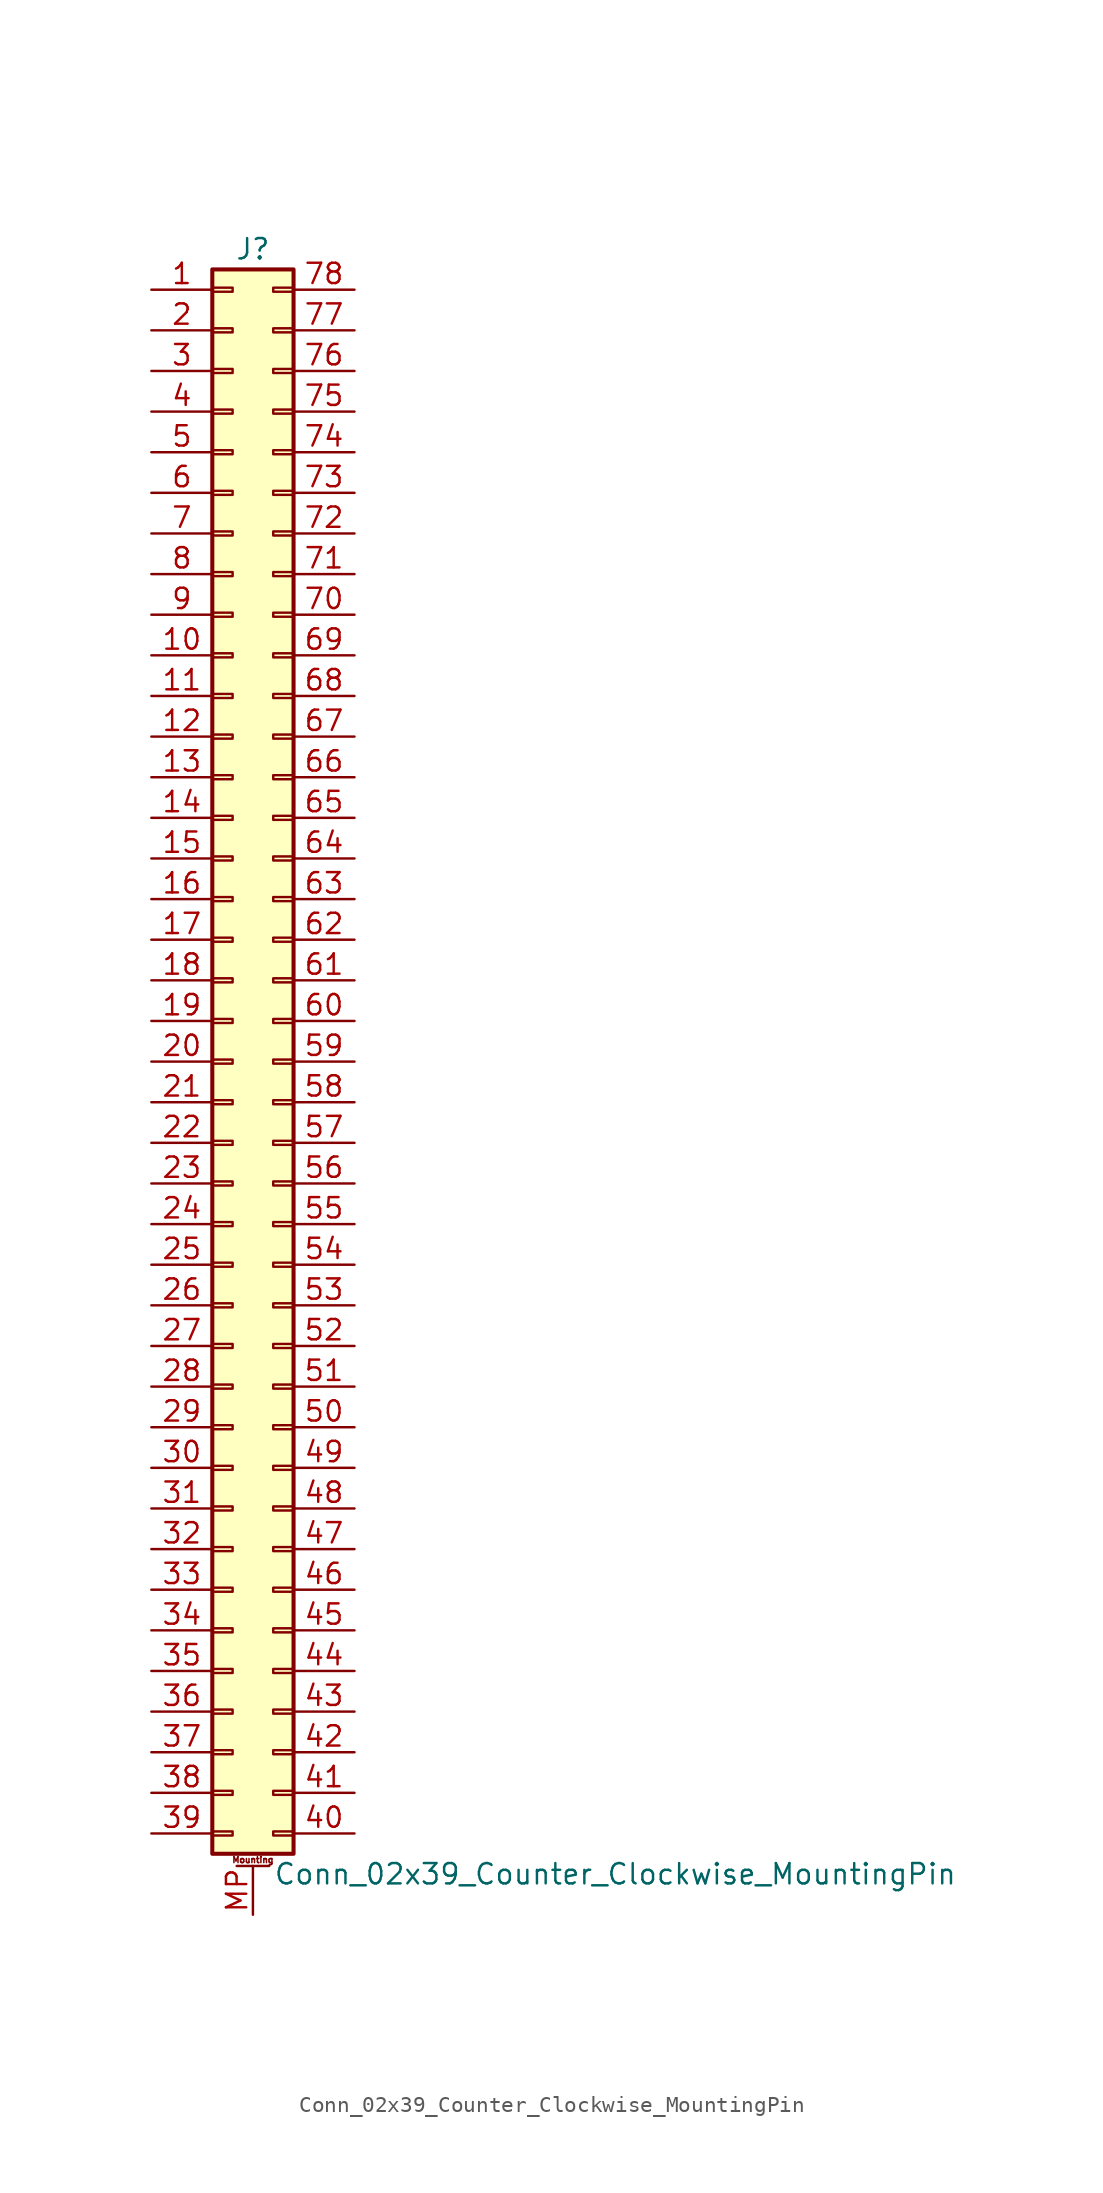
<source format=kicad_sym>
(kicad_symbol_lib
  (version 20220914)
  (generator kicad_symbol_editor)
  (symbol "Conn_02x39_Counter_Clockwise_MountingPin"
    (pin_names
      (offset 1.016) hide)
    (property "Reference" "J"
      (at 1.27 50.8 0)
      (effects (font (size 1.27 1.27))))
    (property "Value" "Conn_02x39_Counter_Clockwise_MountingPin"
      (at 2.54 -50.8 0)
      (effects (font (size 1.27 1.27)) (justify left)))
    (symbol "Conn_02x39_Counter_Clockwise_MountingPin_1_1"
      (rectangle (start -1.27 -48.133) (end 0 -48.387) (stroke (width 0.152) (type default)) (fill (type none)))
      (rectangle (start -1.27 -45.593) (end 0 -45.847) (stroke (width 0.152) (type default)) (fill (type none)))
      (rectangle (start -1.27 -43.053) (end 0 -43.307) (stroke (width 0.152) (type default)) (fill (type none)))
      (rectangle (start -1.27 -40.513) (end 0 -40.767) (stroke (width 0.152) (type default)) (fill (type none)))
      (rectangle (start -1.27 -37.973) (end 0 -38.227) (stroke (width 0.152) (type default)) (fill (type none)))
      (rectangle (start -1.27 -35.433) (end 0 -35.687) (stroke (width 0.152) (type default)) (fill (type none)))
      (rectangle (start -1.27 -32.893) (end 0 -33.147) (stroke (width 0.152) (type default)) (fill (type none)))
      (rectangle (start -1.27 -30.353) (end 0 -30.607) (stroke (width 0.152) (type default)) (fill (type none)))
      (rectangle (start -1.27 -27.813) (end 0 -28.067) (stroke (width 0.152) (type default)) (fill (type none)))
      (rectangle (start -1.27 -25.273) (end 0 -25.527) (stroke (width 0.152) (type default)) (fill (type none)))
      (rectangle (start -1.27 -22.733) (end 0 -22.987) (stroke (width 0.152) (type default)) (fill (type none)))
      (rectangle (start -1.27 -20.193) (end 0 -20.447) (stroke (width 0.152) (type default)) (fill (type none)))
      (rectangle (start -1.27 -17.653) (end 0 -17.907) (stroke (width 0.152) (type default)) (fill (type none)))
      (rectangle (start -1.27 -15.113) (end 0 -15.367) (stroke (width 0.152) (type default)) (fill (type none)))
      (rectangle (start -1.27 -12.573) (end 0 -12.827) (stroke (width 0.152) (type default)) (fill (type none)))
      (rectangle (start -1.27 -10.033) (end 0 -10.287) (stroke (width 0.152) (type default)) (fill (type none)))
      (rectangle (start -1.27 -7.493) (end 0 -7.747) (stroke (width 0.152) (type default)) (fill (type none)))
      (rectangle (start -1.27 -4.953) (end 0 -5.207) (stroke (width 0.152) (type default)) (fill (type none)))
      (rectangle (start -1.27 -2.413) (end 0 -2.667) (stroke (width 0.152) (type default)) (fill (type none)))
      (rectangle (start -1.27 0.127) (end 0 -0.127) (stroke (width 0.152) (type default)) (fill (type none)))
      (rectangle (start -1.27 2.667) (end 0 2.413) (stroke (width 0.152) (type default)) (fill (type none)))
      (rectangle (start -1.27 5.207) (end 0 4.953) (stroke (width 0.152) (type default)) (fill (type none)))
      (rectangle (start -1.27 7.747) (end 0 7.493) (stroke (width 0.152) (type default)) (fill (type none)))
      (rectangle (start -1.27 10.287) (end 0 10.033) (stroke (width 0.152) (type default)) (fill (type none)))
      (rectangle (start -1.27 12.827) (end 0 12.573) (stroke (width 0.152) (type default)) (fill (type none)))
      (rectangle (start -1.27 15.367) (end 0 15.113) (stroke (width 0.152) (type default)) (fill (type none)))
      (rectangle (start -1.27 17.907) (end 0 17.653) (stroke (width 0.152) (type default)) (fill (type none)))
      (rectangle (start -1.27 20.447) (end 0 20.193) (stroke (width 0.152) (type default)) (fill (type none)))
      (rectangle (start -1.27 22.987) (end 0 22.733) (stroke (width 0.152) (type default)) (fill (type none)))
      (rectangle (start -1.27 25.527) (end 0 25.273) (stroke (width 0.152) (type default)) (fill (type none)))
      (rectangle (start -1.27 28.067) (end 0 27.813) (stroke (width 0.152) (type default)) (fill (type none)))
      (rectangle (start -1.27 30.607) (end 0 30.353) (stroke (width 0.152) (type default)) (fill (type none)))
      (rectangle (start -1.27 33.147) (end 0 32.893) (stroke (width 0.152) (type default)) (fill (type none)))
      (rectangle (start -1.27 35.687) (end 0 35.433) (stroke (width 0.152) (type default)) (fill (type none)))
      (rectangle (start -1.27 38.227) (end 0 37.973) (stroke (width 0.152) (type default)) (fill (type none)))
      (rectangle (start -1.27 40.767) (end 0 40.513) (stroke (width 0.152) (type default)) (fill (type none)))
      (rectangle (start -1.27 43.307) (end 0 43.053) (stroke (width 0.152) (type default)) (fill (type none)))
      (rectangle (start -1.27 45.847) (end 0 45.593) (stroke (width 0.152) (type default)) (fill (type none)))
      (rectangle (start -1.27 48.387) (end 0 48.133) (stroke (width 0.152) (type default)) (fill (type none)))
      (rectangle (start -1.27 49.53) (end 3.81 -49.53) (stroke (width 0.254) (type default)) (fill (type background)))
      (polyline (pts (xy 0.254 -50.292) (xy 2.286 -50.292)) (stroke (width 0.152) (type default)) (fill (type none)))
      (rectangle (start 3.81 -48.133) (end 2.54 -48.387) (stroke (width 0.152) (type default)) (fill (type none)))
      (rectangle (start 3.81 -45.593) (end 2.54 -45.847) (stroke (width 0.152) (type default)) (fill (type none)))
      (rectangle (start 3.81 -43.053) (end 2.54 -43.307) (stroke (width 0.152) (type default)) (fill (type none)))
      (rectangle (start 3.81 -40.513) (end 2.54 -40.767) (stroke (width 0.152) (type default)) (fill (type none)))
      (rectangle (start 3.81 -37.973) (end 2.54 -38.227) (stroke (width 0.152) (type default)) (fill (type none)))
      (rectangle (start 3.81 -35.433) (end 2.54 -35.687) (stroke (width 0.152) (type default)) (fill (type none)))
      (rectangle (start 3.81 -32.893) (end 2.54 -33.147) (stroke (width 0.152) (type default)) (fill (type none)))
      (rectangle (start 3.81 -30.353) (end 2.54 -30.607) (stroke (width 0.152) (type default)) (fill (type none)))
      (rectangle (start 3.81 -27.813) (end 2.54 -28.067) (stroke (width 0.152) (type default)) (fill (type none)))
      (rectangle (start 3.81 -25.273) (end 2.54 -25.527) (stroke (width 0.152) (type default)) (fill (type none)))
      (rectangle (start 3.81 -22.733) (end 2.54 -22.987) (stroke (width 0.152) (type default)) (fill (type none)))
      (rectangle (start 3.81 -20.193) (end 2.54 -20.447) (stroke (width 0.152) (type default)) (fill (type none)))
      (rectangle (start 3.81 -17.653) (end 2.54 -17.907) (stroke (width 0.152) (type default)) (fill (type none)))
      (rectangle (start 3.81 -15.113) (end 2.54 -15.367) (stroke (width 0.152) (type default)) (fill (type none)))
      (rectangle (start 3.81 -12.573) (end 2.54 -12.827) (stroke (width 0.152) (type default)) (fill (type none)))
      (rectangle (start 3.81 -10.033) (end 2.54 -10.287) (stroke (width 0.152) (type default)) (fill (type none)))
      (rectangle (start 3.81 -7.493) (end 2.54 -7.747) (stroke (width 0.152) (type default)) (fill (type none)))
      (rectangle (start 3.81 -4.953) (end 2.54 -5.207) (stroke (width 0.152) (type default)) (fill (type none)))
      (rectangle (start 3.81 -2.413) (end 2.54 -2.667) (stroke (width 0.152) (type default)) (fill (type none)))
      (rectangle (start 3.81 0.127) (end 2.54 -0.127) (stroke (width 0.152) (type default)) (fill (type none)))
      (rectangle (start 3.81 2.667) (end 2.54 2.413) (stroke (width 0.152) (type default)) (fill (type none)))
      (rectangle (start 3.81 5.207) (end 2.54 4.953) (stroke (width 0.152) (type default)) (fill (type none)))
      (rectangle (start 3.81 7.747) (end 2.54 7.493) (stroke (width 0.152) (type default)) (fill (type none)))
      (rectangle (start 3.81 10.287) (end 2.54 10.033) (stroke (width 0.152) (type default)) (fill (type none)))
      (rectangle (start 3.81 12.827) (end 2.54 12.573) (stroke (width 0.152) (type default)) (fill (type none)))
      (rectangle (start 3.81 15.367) (end 2.54 15.113) (stroke (width 0.152) (type default)) (fill (type none)))
      (rectangle (start 3.81 17.907) (end 2.54 17.653) (stroke (width 0.152) (type default)) (fill (type none)))
      (rectangle (start 3.81 20.447) (end 2.54 20.193) (stroke (width 0.152) (type default)) (fill (type none)))
      (rectangle (start 3.81 22.987) (end 2.54 22.733) (stroke (width 0.152) (type default)) (fill (type none)))
      (rectangle (start 3.81 25.527) (end 2.54 25.273) (stroke (width 0.152) (type default)) (fill (type none)))
      (rectangle (start 3.81 28.067) (end 2.54 27.813) (stroke (width 0.152) (type default)) (fill (type none)))
      (rectangle (start 3.81 30.607) (end 2.54 30.353) (stroke (width 0.152) (type default)) (fill (type none)))
      (rectangle (start 3.81 33.147) (end 2.54 32.893) (stroke (width 0.152) (type default)) (fill (type none)))
      (rectangle (start 3.81 35.687) (end 2.54 35.433) (stroke (width 0.152) (type default)) (fill (type none)))
      (rectangle (start 3.81 38.227) (end 2.54 37.973) (stroke (width 0.152) (type default)) (fill (type none)))
      (rectangle (start 3.81 40.767) (end 2.54 40.513) (stroke (width 0.152) (type default)) (fill (type none)))
      (rectangle (start 3.81 43.307) (end 2.54 43.053) (stroke (width 0.152) (type default)) (fill (type none)))
      (rectangle (start 3.81 45.847) (end 2.54 45.593) (stroke (width 0.152) (type default)) (fill (type none)))
      (rectangle (start 3.81 48.387) (end 2.54 48.133) (stroke (width 0.152) (type default)) (fill (type none)))
      (text "Mounting" (at 1.27 -49.911 0) (effects (font (size 0.381 0.381))))
      (pin passive line (at -5.08 48.26 0) (length 3.81) (name "Pin_1" (effects (font (size 1.27 1.27)))) (number "1" (effects (font (size 1.27 1.27)))))
      (pin passive line (at -5.08 25.4 0) (length 3.81) (name "Pin_10" (effects (font (size 1.27 1.27)))) (number "10" (effects (font (size 1.27 1.27)))))
      (pin passive line (at -5.08 22.86 0) (length 3.81) (name "Pin_11" (effects (font (size 1.27 1.27)))) (number "11" (effects (font (size 1.27 1.27)))))
      (pin passive line (at -5.08 20.32 0) (length 3.81) (name "Pin_12" (effects (font (size 1.27 1.27)))) (number "12" (effects (font (size 1.27 1.27)))))
      (pin passive line (at -5.08 17.78 0) (length 3.81) (name "Pin_13" (effects (font (size 1.27 1.27)))) (number "13" (effects (font (size 1.27 1.27)))))
      (pin passive line (at -5.08 15.24 0) (length 3.81) (name "Pin_14" (effects (font (size 1.27 1.27)))) (number "14" (effects (font (size 1.27 1.27)))))
      (pin passive line (at -5.08 12.7 0) (length 3.81) (name "Pin_15" (effects (font (size 1.27 1.27)))) (number "15" (effects (font (size 1.27 1.27)))))
      (pin passive line (at -5.08 10.16 0) (length 3.81) (name "Pin_16" (effects (font (size 1.27 1.27)))) (number "16" (effects (font (size 1.27 1.27)))))
      (pin passive line (at -5.08 7.62 0) (length 3.81) (name "Pin_17" (effects (font (size 1.27 1.27)))) (number "17" (effects (font (size 1.27 1.27)))))
      (pin passive line (at -5.08 5.08 0) (length 3.81) (name "Pin_18" (effects (font (size 1.27 1.27)))) (number "18" (effects (font (size 1.27 1.27)))))
      (pin passive line (at -5.08 2.54 0) (length 3.81) (name "Pin_19" (effects (font (size 1.27 1.27)))) (number "19" (effects (font (size 1.27 1.27)))))
      (pin passive line (at -5.08 45.72 0) (length 3.81) (name "Pin_2" (effects (font (size 1.27 1.27)))) (number "2" (effects (font (size 1.27 1.27)))))
      (pin passive line (at -5.08 0 0) (length 3.81) (name "Pin_20" (effects (font (size 1.27 1.27)))) (number "20" (effects (font (size 1.27 1.27)))))
      (pin passive line (at -5.08 -2.54 0) (length 3.81) (name "Pin_21" (effects (font (size 1.27 1.27)))) (number "21" (effects (font (size 1.27 1.27)))))
      (pin passive line (at -5.08 -5.08 0) (length 3.81) (name "Pin_22" (effects (font (size 1.27 1.27)))) (number "22" (effects (font (size 1.27 1.27)))))
      (pin passive line (at -5.08 -7.62 0) (length 3.81) (name "Pin_23" (effects (font (size 1.27 1.27)))) (number "23" (effects (font (size 1.27 1.27)))))
      (pin passive line (at -5.08 -10.16 0) (length 3.81) (name "Pin_24" (effects (font (size 1.27 1.27)))) (number "24" (effects (font (size 1.27 1.27)))))
      (pin passive line (at -5.08 -12.7 0) (length 3.81) (name "Pin_25" (effects (font (size 1.27 1.27)))) (number "25" (effects (font (size 1.27 1.27)))))
      (pin passive line (at -5.08 -15.24 0) (length 3.81) (name "Pin_26" (effects (font (size 1.27 1.27)))) (number "26" (effects (font (size 1.27 1.27)))))
      (pin passive line (at -5.08 -17.78 0) (length 3.81) (name "Pin_27" (effects (font (size 1.27 1.27)))) (number "27" (effects (font (size 1.27 1.27)))))
      (pin passive line (at -5.08 -20.32 0) (length 3.81) (name "Pin_28" (effects (font (size 1.27 1.27)))) (number "28" (effects (font (size 1.27 1.27)))))
      (pin passive line (at -5.08 -22.86 0) (length 3.81) (name "Pin_29" (effects (font (size 1.27 1.27)))) (number "29" (effects (font (size 1.27 1.27)))))
      (pin passive line (at -5.08 43.18 0) (length 3.81) (name "Pin_3" (effects (font (size 1.27 1.27)))) (number "3" (effects (font (size 1.27 1.27)))))
      (pin passive line (at -5.08 -25.4 0) (length 3.81) (name "Pin_30" (effects (font (size 1.27 1.27)))) (number "30" (effects (font (size 1.27 1.27)))))
      (pin passive line (at -5.08 -27.94 0) (length 3.81) (name "Pin_31" (effects (font (size 1.27 1.27)))) (number "31" (effects (font (size 1.27 1.27)))))
      (pin passive line (at -5.08 -30.48 0) (length 3.81) (name "Pin_32" (effects (font (size 1.27 1.27)))) (number "32" (effects (font (size 1.27 1.27)))))
      (pin passive line (at -5.08 -33.02 0) (length 3.81) (name "Pin_33" (effects (font (size 1.27 1.27)))) (number "33" (effects (font (size 1.27 1.27)))))
      (pin passive line (at -5.08 -35.56 0) (length 3.81) (name "Pin_34" (effects (font (size 1.27 1.27)))) (number "34" (effects (font (size 1.27 1.27)))))
      (pin passive line (at -5.08 -38.1 0) (length 3.81) (name "Pin_35" (effects (font (size 1.27 1.27)))) (number "35" (effects (font (size 1.27 1.27)))))
      (pin passive line (at -5.08 -40.64 0) (length 3.81) (name "Pin_36" (effects (font (size 1.27 1.27)))) (number "36" (effects (font (size 1.27 1.27)))))
      (pin passive line (at -5.08 -43.18 0) (length 3.81) (name "Pin_37" (effects (font (size 1.27 1.27)))) (number "37" (effects (font (size 1.27 1.27)))))
      (pin passive line (at -5.08 -45.72 0) (length 3.81) (name "Pin_38" (effects (font (size 1.27 1.27)))) (number "38" (effects (font (size 1.27 1.27)))))
      (pin passive line (at -5.08 -48.26 0) (length 3.81) (name "Pin_39" (effects (font (size 1.27 1.27)))) (number "39" (effects (font (size 1.27 1.27)))))
      (pin passive line (at -5.08 40.64 0) (length 3.81) (name "Pin_4" (effects (font (size 1.27 1.27)))) (number "4" (effects (font (size 1.27 1.27)))))
      (pin passive line (at 7.62 -48.26 180) (length 3.81) (name "Pin_40" (effects (font (size 1.27 1.27)))) (number "40" (effects (font (size 1.27 1.27)))))
      (pin passive line (at 7.62 -45.72 180) (length 3.81) (name "Pin_41" (effects (font (size 1.27 1.27)))) (number "41" (effects (font (size 1.27 1.27)))))
      (pin passive line (at 7.62 -43.18 180) (length 3.81) (name "Pin_42" (effects (font (size 1.27 1.27)))) (number "42" (effects (font (size 1.27 1.27)))))
      (pin passive line (at 7.62 -40.64 180) (length 3.81) (name "Pin_43" (effects (font (size 1.27 1.27)))) (number "43" (effects (font (size 1.27 1.27)))))
      (pin passive line (at 7.62 -38.1 180) (length 3.81) (name "Pin_44" (effects (font (size 1.27 1.27)))) (number "44" (effects (font (size 1.27 1.27)))))
      (pin passive line (at 7.62 -35.56 180) (length 3.81) (name "Pin_45" (effects (font (size 1.27 1.27)))) (number "45" (effects (font (size 1.27 1.27)))))
      (pin passive line (at 7.62 -33.02 180) (length 3.81) (name "Pin_46" (effects (font (size 1.27 1.27)))) (number "46" (effects (font (size 1.27 1.27)))))
      (pin passive line (at 7.62 -30.48 180) (length 3.81) (name "Pin_47" (effects (font (size 1.27 1.27)))) (number "47" (effects (font (size 1.27 1.27)))))
      (pin passive line (at 7.62 -27.94 180) (length 3.81) (name "Pin_48" (effects (font (size 1.27 1.27)))) (number "48" (effects (font (size 1.27 1.27)))))
      (pin passive line (at 7.62 -25.4 180) (length 3.81) (name "Pin_49" (effects (font (size 1.27 1.27)))) (number "49" (effects (font (size 1.27 1.27)))))
      (pin passive line (at -5.08 38.1 0) (length 3.81) (name "Pin_5" (effects (font (size 1.27 1.27)))) (number "5" (effects (font (size 1.27 1.27)))))
      (pin passive line (at 7.62 -22.86 180) (length 3.81) (name "Pin_50" (effects (font (size 1.27 1.27)))) (number "50" (effects (font (size 1.27 1.27)))))
      (pin passive line (at 7.62 -20.32 180) (length 3.81) (name "Pin_51" (effects (font (size 1.27 1.27)))) (number "51" (effects (font (size 1.27 1.27)))))
      (pin passive line (at 7.62 -17.78 180) (length 3.81) (name "Pin_52" (effects (font (size 1.27 1.27)))) (number "52" (effects (font (size 1.27 1.27)))))
      (pin passive line (at 7.62 -15.24 180) (length 3.81) (name "Pin_53" (effects (font (size 1.27 1.27)))) (number "53" (effects (font (size 1.27 1.27)))))
      (pin passive line (at 7.62 -12.7 180) (length 3.81) (name "Pin_54" (effects (font (size 1.27 1.27)))) (number "54" (effects (font (size 1.27 1.27)))))
      (pin passive line (at 7.62 -10.16 180) (length 3.81) (name "Pin_55" (effects (font (size 1.27 1.27)))) (number "55" (effects (font (size 1.27 1.27)))))
      (pin passive line (at 7.62 -7.62 180) (length 3.81) (name "Pin_56" (effects (font (size 1.27 1.27)))) (number "56" (effects (font (size 1.27 1.27)))))
      (pin passive line (at 7.62 -5.08 180) (length 3.81) (name "Pin_57" (effects (font (size 1.27 1.27)))) (number "57" (effects (font (size 1.27 1.27)))))
      (pin passive line (at 7.62 -2.54 180) (length 3.81) (name "Pin_58" (effects (font (size 1.27 1.27)))) (number "58" (effects (font (size 1.27 1.27)))))
      (pin passive line (at 7.62 0 180) (length 3.81) (name "Pin_59" (effects (font (size 1.27 1.27)))) (number "59" (effects (font (size 1.27 1.27)))))
      (pin passive line (at -5.08 35.56 0) (length 3.81) (name "Pin_6" (effects (font (size 1.27 1.27)))) (number "6" (effects (font (size 1.27 1.27)))))
      (pin passive line (at 7.62 2.54 180) (length 3.81) (name "Pin_60" (effects (font (size 1.27 1.27)))) (number "60" (effects (font (size 1.27 1.27)))))
      (pin passive line (at 7.62 5.08 180) (length 3.81) (name "Pin_61" (effects (font (size 1.27 1.27)))) (number "61" (effects (font (size 1.27 1.27)))))
      (pin passive line (at 7.62 7.62 180) (length 3.81) (name "Pin_62" (effects (font (size 1.27 1.27)))) (number "62" (effects (font (size 1.27 1.27)))))
      (pin passive line (at 7.62 10.16 180) (length 3.81) (name "Pin_63" (effects (font (size 1.27 1.27)))) (number "63" (effects (font (size 1.27 1.27)))))
      (pin passive line (at 7.62 12.7 180) (length 3.81) (name "Pin_64" (effects (font (size 1.27 1.27)))) (number "64" (effects (font (size 1.27 1.27)))))
      (pin passive line (at 7.62 15.24 180) (length 3.81) (name "Pin_65" (effects (font (size 1.27 1.27)))) (number "65" (effects (font (size 1.27 1.27)))))
      (pin passive line (at 7.62 17.78 180) (length 3.81) (name "Pin_66" (effects (font (size 1.27 1.27)))) (number "66" (effects (font (size 1.27 1.27)))))
      (pin passive line (at 7.62 20.32 180) (length 3.81) (name "Pin_67" (effects (font (size 1.27 1.27)))) (number "67" (effects (font (size 1.27 1.27)))))
      (pin passive line (at 7.62 22.86 180) (length 3.81) (name "Pin_68" (effects (font (size 1.27 1.27)))) (number "68" (effects (font (size 1.27 1.27)))))
      (pin passive line (at 7.62 25.4 180) (length 3.81) (name "Pin_69" (effects (font (size 1.27 1.27)))) (number "69" (effects (font (size 1.27 1.27)))))
      (pin passive line (at -5.08 33.02 0) (length 3.81) (name "Pin_7" (effects (font (size 1.27 1.27)))) (number "7" (effects (font (size 1.27 1.27)))))
      (pin passive line (at 7.62 27.94 180) (length 3.81) (name "Pin_70" (effects (font (size 1.27 1.27)))) (number "70" (effects (font (size 1.27 1.27)))))
      (pin passive line (at 7.62 30.48 180) (length 3.81) (name "Pin_71" (effects (font (size 1.27 1.27)))) (number "71" (effects (font (size 1.27 1.27)))))
      (pin passive line (at 7.62 33.02 180) (length 3.81) (name "Pin_72" (effects (font (size 1.27 1.27)))) (number "72" (effects (font (size 1.27 1.27)))))
      (pin passive line (at 7.62 35.56 180) (length 3.81) (name "Pin_73" (effects (font (size 1.27 1.27)))) (number "73" (effects (font (size 1.27 1.27)))))
      (pin passive line (at 7.62 38.1 180) (length 3.81) (name "Pin_74" (effects (font (size 1.27 1.27)))) (number "74" (effects (font (size 1.27 1.27)))))
      (pin passive line (at 7.62 40.64 180) (length 3.81) (name "Pin_75" (effects (font (size 1.27 1.27)))) (number "75" (effects (font (size 1.27 1.27)))))
      (pin passive line (at 7.62 43.18 180) (length 3.81) (name "Pin_76" (effects (font (size 1.27 1.27)))) (number "76" (effects (font (size 1.27 1.27)))))
      (pin passive line (at 7.62 45.72 180) (length 3.81) (name "Pin_77" (effects (font (size 1.27 1.27)))) (number "77" (effects (font (size 1.27 1.27)))))
      (pin passive line (at 7.62 48.26 180) (length 3.81) (name "Pin_78" (effects (font (size 1.27 1.27)))) (number "78" (effects (font (size 1.27 1.27)))))
      (pin passive line (at -5.08 30.48 0) (length 3.81) (name "Pin_8" (effects (font (size 1.27 1.27)))) (number "8" (effects (font (size 1.27 1.27)))))
      (pin passive line (at -5.08 27.94 0) (length 3.81) (name "Pin_9" (effects (font (size 1.27 1.27)))) (number "9" (effects (font (size 1.27 1.27)))))
      (pin passive line (at 1.27 -53.34 90) (length 3.048) (name "MountPin" (effects (font (size 1.27 1.27)))) (number "MP" (effects (font (size 1.27 1.27))))))))
</source>
